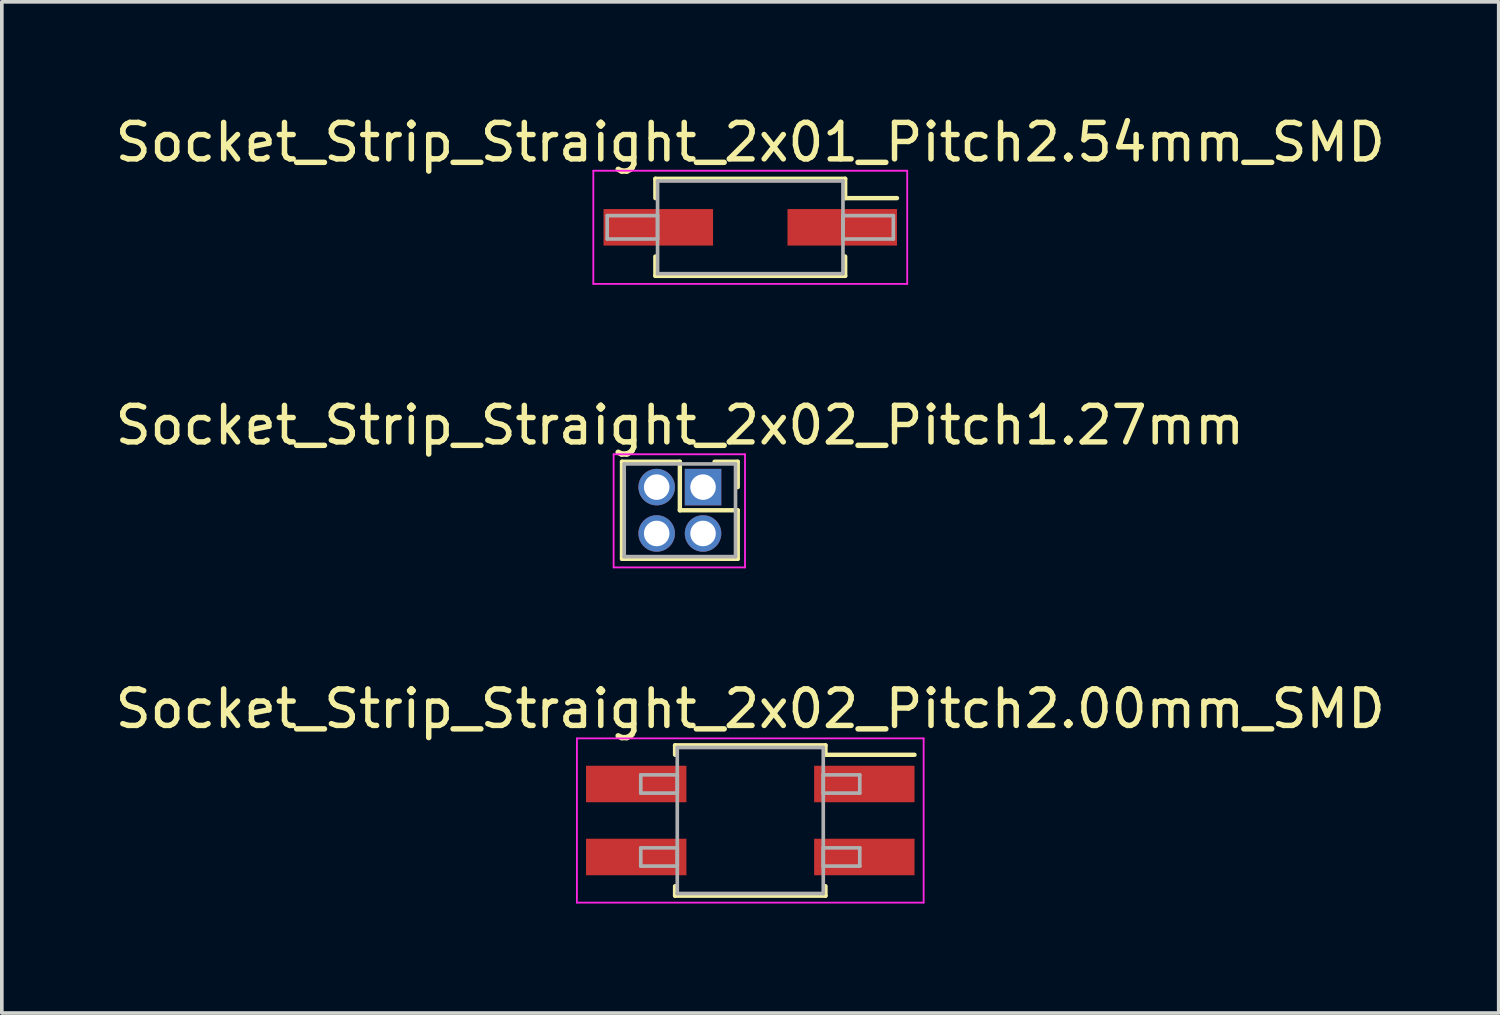
<source format=kicad_pcb>
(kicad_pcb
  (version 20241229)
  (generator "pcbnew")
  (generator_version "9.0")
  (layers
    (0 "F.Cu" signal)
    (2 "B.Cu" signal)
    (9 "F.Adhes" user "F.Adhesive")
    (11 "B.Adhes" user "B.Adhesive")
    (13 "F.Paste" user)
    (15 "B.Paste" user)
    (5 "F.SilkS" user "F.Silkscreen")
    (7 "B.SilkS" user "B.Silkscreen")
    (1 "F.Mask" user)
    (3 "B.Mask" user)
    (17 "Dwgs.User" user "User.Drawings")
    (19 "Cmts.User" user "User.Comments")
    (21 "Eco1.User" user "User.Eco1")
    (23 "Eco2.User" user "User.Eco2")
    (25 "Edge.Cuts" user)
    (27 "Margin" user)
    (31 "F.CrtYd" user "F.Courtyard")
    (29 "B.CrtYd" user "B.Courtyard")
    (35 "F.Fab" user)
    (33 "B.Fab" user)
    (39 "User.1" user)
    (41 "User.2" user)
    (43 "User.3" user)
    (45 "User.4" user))
  (footprint "Socket_Strip_Straight_2x02_Pitch1.27mm"
    (layer "F.Cu")
    (at 16.212 10.296)
    (property "Reference" "Socket_Strip_Straight_2x02_Pitch1.27mm" (at -0.635 -1.695 0) (layer "F.SilkS") (effects (font (size 1 1) (thickness 0.15))))
    (attr through_hole)
    (fp_line (start -2.22 -0.695) (end -0.635 -0.695) (stroke (width 0.12) (type solid)) (layer "F.SilkS"))
    (fp_line (start -2.22 1.965) (end -2.22 -0.695) (stroke (width 0.12) (type solid)) (layer "F.SilkS"))
    (fp_line (start -0.635 -0.695) (end -0.635 0.635) (stroke (width 0.12) (type solid)) (layer "F.SilkS"))
    (fp_line (start -0.635 0.635) (end 0.95 0.635) (stroke (width 0.12) (type solid)) (layer "F.SilkS"))
    (fp_line (start 0.95 -0.695) (end 0.315 -0.695) (stroke (width 0.12) (type solid)) (layer "F.SilkS"))
    (fp_line (start 0.95 0) (end 0.95 -0.695) (stroke (width 0.12) (type solid)) (layer "F.SilkS"))
    (fp_line (start 0.95 0.635) (end 0.95 1.965) (stroke (width 0.12) (type solid)) (layer "F.SilkS"))
    (fp_line (start 0.95 1.965) (end -2.22 1.965) (stroke (width 0.12) (type solid)) (layer "F.SilkS"))
    (fp_line (start -2.45 -0.9) (end -2.45 2.2) (stroke (width 0.05) (type solid)) (layer "F.CrtYd"))
    (fp_line (start -2.45 2.2) (end 1.15 2.2) (stroke (width 0.05) (type solid)) (layer "F.CrtYd"))
    (fp_line (start 1.15 -0.9) (end -2.45 -0.9) (stroke (width 0.05) (type solid)) (layer "F.CrtYd"))
    (fp_line (start 1.15 2.2) (end 1.15 -0.9) (stroke (width 0.05) (type solid)) (layer "F.CrtYd"))
    (fp_line (start -2.16 -0.635) (end -2.16 1.905) (stroke (width 0.1) (type solid)) (layer "F.Fab"))
    (fp_line (start -2.16 1.905) (end 0.89 1.905) (stroke (width 0.1) (type solid)) (layer "F.Fab"))
    (fp_line (start 0.89 -0.635) (end -2.16 -0.635) (stroke (width 0.1) (type solid)) (layer "F.Fab"))
    (fp_line (start 0.89 1.905) (end 0.89 -0.635) (stroke (width 0.1) (type solid)) (layer "F.Fab"))
    (pad "1" thru_hole rect (at 0 0) (size 1 1) (drill 0.7) (layers "*.Cu" "*.Mask"))
    (pad "2" thru_hole oval (at -1.27 0) (size 1 1) (drill 0.7) (layers "*.Cu" "*.Mask"))
    (pad "3" thru_hole oval (at 0 1.27) (size 1 1) (drill 0.7) (layers "*.Cu" "*.Mask"))
    (pad "4" thru_hole oval (at -1.27 1.27) (size 1 1) (drill 0.7) (layers "*.Cu" "*.Mask")))
  (footprint "Socket_Strip_Straight_2x02_Pitch2.00mm_SMD"
    (layer "F.Cu")
    (at 17.506 19.43)
    (property "Reference" "Socket_Strip_Straight_2x02_Pitch2.00mm_SMD" (at 0 -3.06 0) (layer "F.SilkS") (effects (font (size 1 1) (thickness 0.15))))
    (attr smd)
    (fp_line (start -2.06 -2.06) (end 2.06 -2.06) (stroke (width 0.12) (type solid)) (layer "F.SilkS"))
    (fp_line (start -2.06 -1.8) (end -2.06 -2.06) (stroke (width 0.12) (type solid)) (layer "F.SilkS"))
    (fp_line (start -2.06 1.8) (end -2.06 2.06) (stroke (width 0.12) (type solid)) (layer "F.SilkS"))
    (fp_line (start -2.06 2.06) (end 2.06 2.06) (stroke (width 0.12) (type solid)) (layer "F.SilkS"))
    (fp_line (start 2.06 -2.06) (end 2.06 -1.8) (stroke (width 0.12) (type solid)) (layer "F.SilkS"))
    (fp_line (start 2.06 2.06) (end 2.06 1.8) (stroke (width 0.12) (type solid)) (layer "F.SilkS"))
    (fp_line (start 4.5 -1.8) (end 2.06 -1.8) (stroke (width 0.12) (type solid)) (layer "F.SilkS"))
    (fp_line (start -4.75 -2.25) (end -4.75 2.25) (stroke (width 0.05) (type solid)) (layer "F.CrtYd"))
    (fp_line (start -4.75 2.25) (end 4.75 2.25) (stroke (width 0.05) (type solid)) (layer "F.CrtYd"))
    (fp_line (start 4.75 -2.25) (end -4.75 -2.25) (stroke (width 0.05) (type solid)) (layer "F.CrtYd"))
    (fp_line (start 4.75 2.25) (end 4.75 -2.25) (stroke (width 0.05) (type solid)) (layer "F.CrtYd"))
    (fp_line (start -3 -1.25) (end -2 -1.25) (stroke (width 0.1) (type solid)) (layer "F.Fab"))
    (fp_line (start -3 -0.75) (end -3 -1.25) (stroke (width 0.1) (type solid)) (layer "F.Fab"))
    (fp_line (start -3 0.75) (end -2 0.75) (stroke (width 0.1) (type solid)) (layer "F.Fab"))
    (fp_line (start -3 1.25) (end -3 0.75) (stroke (width 0.1) (type solid)) (layer "F.Fab"))
    (fp_line (start -2 -2) (end -2 2) (stroke (width 0.1) (type solid)) (layer "F.Fab"))
    (fp_line (start -2 -1.25) (end -2 -0.75) (stroke (width 0.1) (type solid)) (layer "F.Fab"))
    (fp_line (start -2 -0.75) (end -3 -0.75) (stroke (width 0.1) (type solid)) (layer "F.Fab"))
    (fp_line (start -2 0.75) (end -2 1.25) (stroke (width 0.1) (type solid)) (layer "F.Fab"))
    (fp_line (start -2 1.25) (end -3 1.25) (stroke (width 0.1) (type solid)) (layer "F.Fab"))
    (fp_line (start -2 2) (end 2 2) (stroke (width 0.1) (type solid)) (layer "F.Fab"))
    (fp_line (start 2 -2) (end -2 -2) (stroke (width 0.1) (type solid)) (layer "F.Fab"))
    (fp_line (start 2 -1.25) (end 2 -0.75) (stroke (width 0.1) (type solid)) (layer "F.Fab"))
    (fp_line (start 2 -0.75) (end 3 -0.75) (stroke (width 0.1) (type solid)) (layer "F.Fab"))
    (fp_line (start 2 0.75) (end 2 1.25) (stroke (width 0.1) (type solid)) (layer "F.Fab"))
    (fp_line (start 2 1.25) (end 3 1.25) (stroke (width 0.1) (type solid)) (layer "F.Fab"))
    (fp_line (start 2 2) (end 2 -2) (stroke (width 0.1) (type solid)) (layer "F.Fab"))
    (fp_line (start 3 -1.25) (end 2 -1.25) (stroke (width 0.1) (type solid)) (layer "F.Fab"))
    (fp_line (start 3 -0.75) (end 3 -1.25) (stroke (width 0.1) (type solid)) (layer "F.Fab"))
    (fp_line (start 3 0.75) (end 2 0.75) (stroke (width 0.1) (type solid)) (layer "F.Fab"))
    (fp_line (start 3 1.25) (end 3 0.75) (stroke (width 0.1) (type solid)) (layer "F.Fab"))
    (pad "1" smd rect (at 3.125 -1) (size 2.75 1) (layers "F.Cu" "F.Mask"))
    (pad "2" smd rect (at -3.125 -1) (size 2.75 1) (layers "F.Cu" "F.Mask"))
    (pad "3" smd rect (at 3.125 1) (size 2.75 1) (layers "F.Cu" "F.Mask"))
    (pad "4" smd rect (at -3.125 1) (size 2.75 1) (layers "F.Cu" "F.Mask")))
  (footprint "Socket_Strip_Straight_2x01_Pitch2.54mm_SMD"
    (layer "F.Cu")
    (at 17.506 3.178)
    (property "Reference" "Socket_Strip_Straight_2x01_Pitch2.54mm_SMD" (at 0 -2.33 0) (layer "F.SilkS") (effects (font (size 1 1) (thickness 0.15))))
    (attr smd)
    (fp_line (start -2.6 -1.33) (end 2.6 -1.33) (stroke (width 0.12) (type solid)) (layer "F.SilkS"))
    (fp_line (start -2.6 -0.8) (end -2.6 -1.33) (stroke (width 0.12) (type solid)) (layer "F.SilkS"))
    (fp_line (start -2.6 0.8) (end -2.6 1.33) (stroke (width 0.12) (type solid)) (layer "F.SilkS"))
    (fp_line (start -2.6 1.33) (end 2.6 1.33) (stroke (width 0.12) (type solid)) (layer "F.SilkS"))
    (fp_line (start 2.6 -1.33) (end 2.6 -0.8) (stroke (width 0.12) (type solid)) (layer "F.SilkS"))
    (fp_line (start 2.6 1.33) (end 2.6 0.8) (stroke (width 0.12) (type solid)) (layer "F.SilkS"))
    (fp_line (start 4.02 -0.8) (end 2.6 -0.8) (stroke (width 0.12) (type solid)) (layer "F.SilkS"))
    (fp_line (start -4.3 -1.55) (end -4.3 1.55) (stroke (width 0.05) (type solid)) (layer "F.CrtYd"))
    (fp_line (start -4.3 1.55) (end 4.3 1.55) (stroke (width 0.05) (type solid)) (layer "F.CrtYd"))
    (fp_line (start 4.3 -1.55) (end -4.3 -1.55) (stroke (width 0.05) (type solid)) (layer "F.CrtYd"))
    (fp_line (start 4.3 1.55) (end 4.3 -1.55) (stroke (width 0.05) (type solid)) (layer "F.CrtYd"))
    (fp_line (start -3.92 -0.32) (end -2.54 -0.32) (stroke (width 0.1) (type solid)) (layer "F.Fab"))
    (fp_line (start -3.92 0.32) (end -3.92 -0.32) (stroke (width 0.1) (type solid)) (layer "F.Fab"))
    (fp_line (start -2.54 -1.27) (end -2.54 1.27) (stroke (width 0.1) (type solid)) (layer "F.Fab"))
    (fp_line (start -2.54 -0.32) (end -2.54 0.32) (stroke (width 0.1) (type solid)) (layer "F.Fab"))
    (fp_line (start -2.54 0.32) (end -3.92 0.32) (stroke (width 0.1) (type solid)) (layer "F.Fab"))
    (fp_line (start -2.54 1.27) (end 2.54 1.27) (stroke (width 0.1) (type solid)) (layer "F.Fab"))
    (fp_line (start 2.54 -1.27) (end -2.54 -1.27) (stroke (width 0.1) (type solid)) (layer "F.Fab"))
    (fp_line (start 2.54 -0.32) (end 2.54 0.32) (stroke (width 0.1) (type solid)) (layer "F.Fab"))
    (fp_line (start 2.54 0.32) (end 3.92 0.32) (stroke (width 0.1) (type solid)) (layer "F.Fab"))
    (fp_line (start 2.54 1.27) (end 2.54 -1.27) (stroke (width 0.1) (type solid)) (layer "F.Fab"))
    (fp_line (start 3.92 -0.32) (end 2.54 -0.32) (stroke (width 0.1) (type solid)) (layer "F.Fab"))
    (fp_line (start 3.92 0.32) (end 3.92 -0.32) (stroke (width 0.1) (type solid)) (layer "F.Fab"))
    (pad "1" smd rect (at 2.52 0) (size 3 1) (layers "F.Cu" "F.Mask"))
    (pad "2" smd rect (at -2.52 0) (size 3 1) (layers "F.Cu" "F.Mask")))
  (gr_rect
    (start -3 -3)
    (end 38.012 24.705)
    (stroke (width 0.1) (type default))
    (fill no)
    (layer "Edge.Cuts")))
</source>
